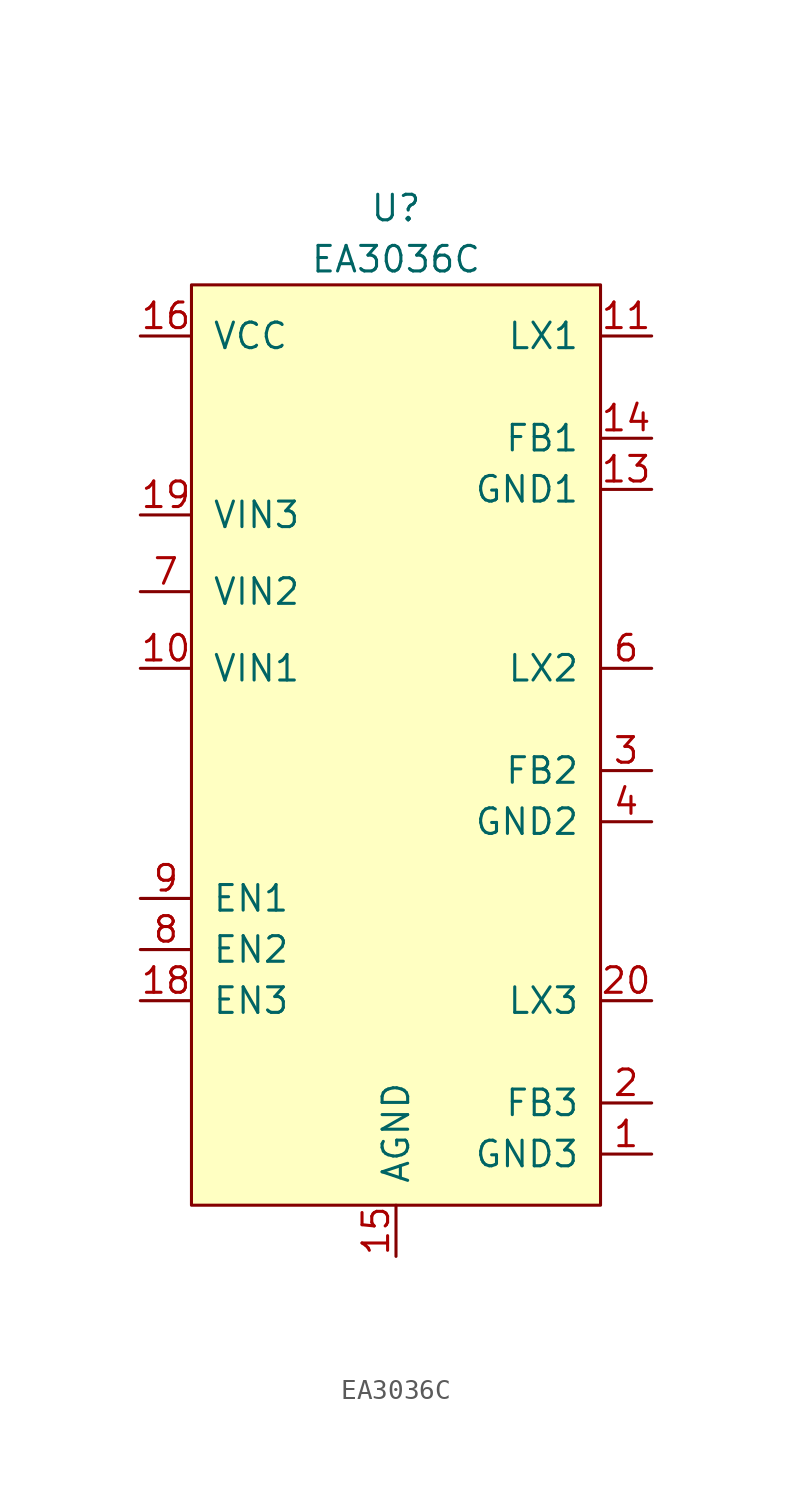
<source format=kicad_sym>
(kicad_symbol_lib
  (version 20220914)
  (generator kicad_symbol_editor)
  (symbol "EA3036C"
    (pin_names
      (offset 1.016))
    (property "Reference" "U"
      (at 0 49.53 0)
      (effects (font (size 1.27 1.27))))
    (property "Value" "EA3036C"
      (at 0 46.99 0)
      (effects (font (size 1.27 1.27))))
    (symbol "EA3036C_0_1"
      (rectangle (start -10.16 0) (end 10.16 45.72) (stroke (width 0) (type default)) (fill (type background))))
    (symbol "EA3036C_1_1"
      (pin passive line (at 12.7 2.54 180) (length 2.54) (name "GND3" (effects (font (size 1.27 1.27)))) (number "1" (effects (font (size 1.27 1.27)))))
      (pin power_in line (at -12.7 26.67 0) (length 2.54) (name "VIN1" (effects (font (size 1.27 1.27)))) (number "10" (effects (font (size 1.27 1.27)))))
      (pin output line (at 12.7 43.18 180) (length 2.54) (name "LX1" (effects (font (size 1.27 1.27)))) (number "11" (effects (font (size 1.27 1.27)))))
      (pin passive line (at 12.7 35.56 180) (length 2.54) hide (name "GND1" (effects (font (size 1.27 1.27)))) (number "12" (effects (font (size 1.27 1.27)))))
      (pin passive line (at 12.7 35.56 180) (length 2.54) (name "GND1" (effects (font (size 1.27 1.27)))) (number "13" (effects (font (size 1.27 1.27)))))
      (pin input line (at 12.7 38.1 180) (length 2.54) (name "FB1" (effects (font (size 1.27 1.27)))) (number "14" (effects (font (size 1.27 1.27)))))
      (pin passive line (at 0 -2.54 90) (length 2.54) (name "AGND" (effects (font (size 1.27 1.27)))) (number "15" (effects (font (size 1.27 1.27)))))
      (pin power_in line (at -12.7 43.18 0) (length 2.54) (name "VCC" (effects (font (size 1.27 1.27)))) (number "16" (effects (font (size 1.27 1.27)))))
      (pin passive line (at 0 -2.54 90) (length 2.54) hide (name "AGND" (effects (font (size 1.27 1.27)))) (number "17" (effects (font (size 1.27 1.27)))))
      (pin input line (at -12.7 10.16 0) (length 2.54) (name "EN3" (effects (font (size 1.27 1.27)))) (number "18" (effects (font (size 1.27 1.27)))))
      (pin power_in line (at -12.7 34.29 0) (length 2.54) (name "VIN3" (effects (font (size 1.27 1.27)))) (number "19" (effects (font (size 1.27 1.27)))))
      (pin input line (at 12.7 5.08 180) (length 2.54) (name "FB3" (effects (font (size 1.27 1.27)))) (number "2" (effects (font (size 1.27 1.27)))))
      (pin output line (at 12.7 10.16 180) (length 2.54) (name "LX3" (effects (font (size 1.27 1.27)))) (number "20" (effects (font (size 1.27 1.27)))))
      (pin passive line (at 0 -2.54 90) (length 2.54) hide (name "HotPad" (effects (font (size 1.27 1.27)))) (number "21" (effects (font (size 1.27 1.27)))))
      (pin input line (at 12.7 21.59 180) (length 2.54) (name "FB2" (effects (font (size 1.27 1.27)))) (number "3" (effects (font (size 1.27 1.27)))))
      (pin passive line (at 12.7 19.05 180) (length 2.54) (name "GND2" (effects (font (size 1.27 1.27)))) (number "4" (effects (font (size 1.27 1.27)))))
      (pin passive line (at 12.7 19.05 180) (length 2.54) hide (name "GND2" (effects (font (size 1.27 1.27)))) (number "5" (effects (font (size 1.27 1.27)))))
      (pin bidirectional line (at 12.7 26.67 180) (length 2.54) (name "LX2" (effects (font (size 1.27 1.27)))) (number "6" (effects (font (size 1.27 1.27)))))
      (pin power_in line (at -12.7 30.48 0) (length 2.54) (name "VIN2" (effects (font (size 1.27 1.27)))) (number "7" (effects (font (size 1.27 1.27)))))
      (pin input line (at -12.7 12.7 0) (length 2.54) (name "EN2" (effects (font (size 1.27 1.27)))) (number "8" (effects (font (size 1.27 1.27)))))
      (pin input line (at -12.7 15.24 0) (length 2.54) (name "EN1" (effects (font (size 1.27 1.27)))) (number "9" (effects (font (size 1.27 1.27))))))))
</source>
